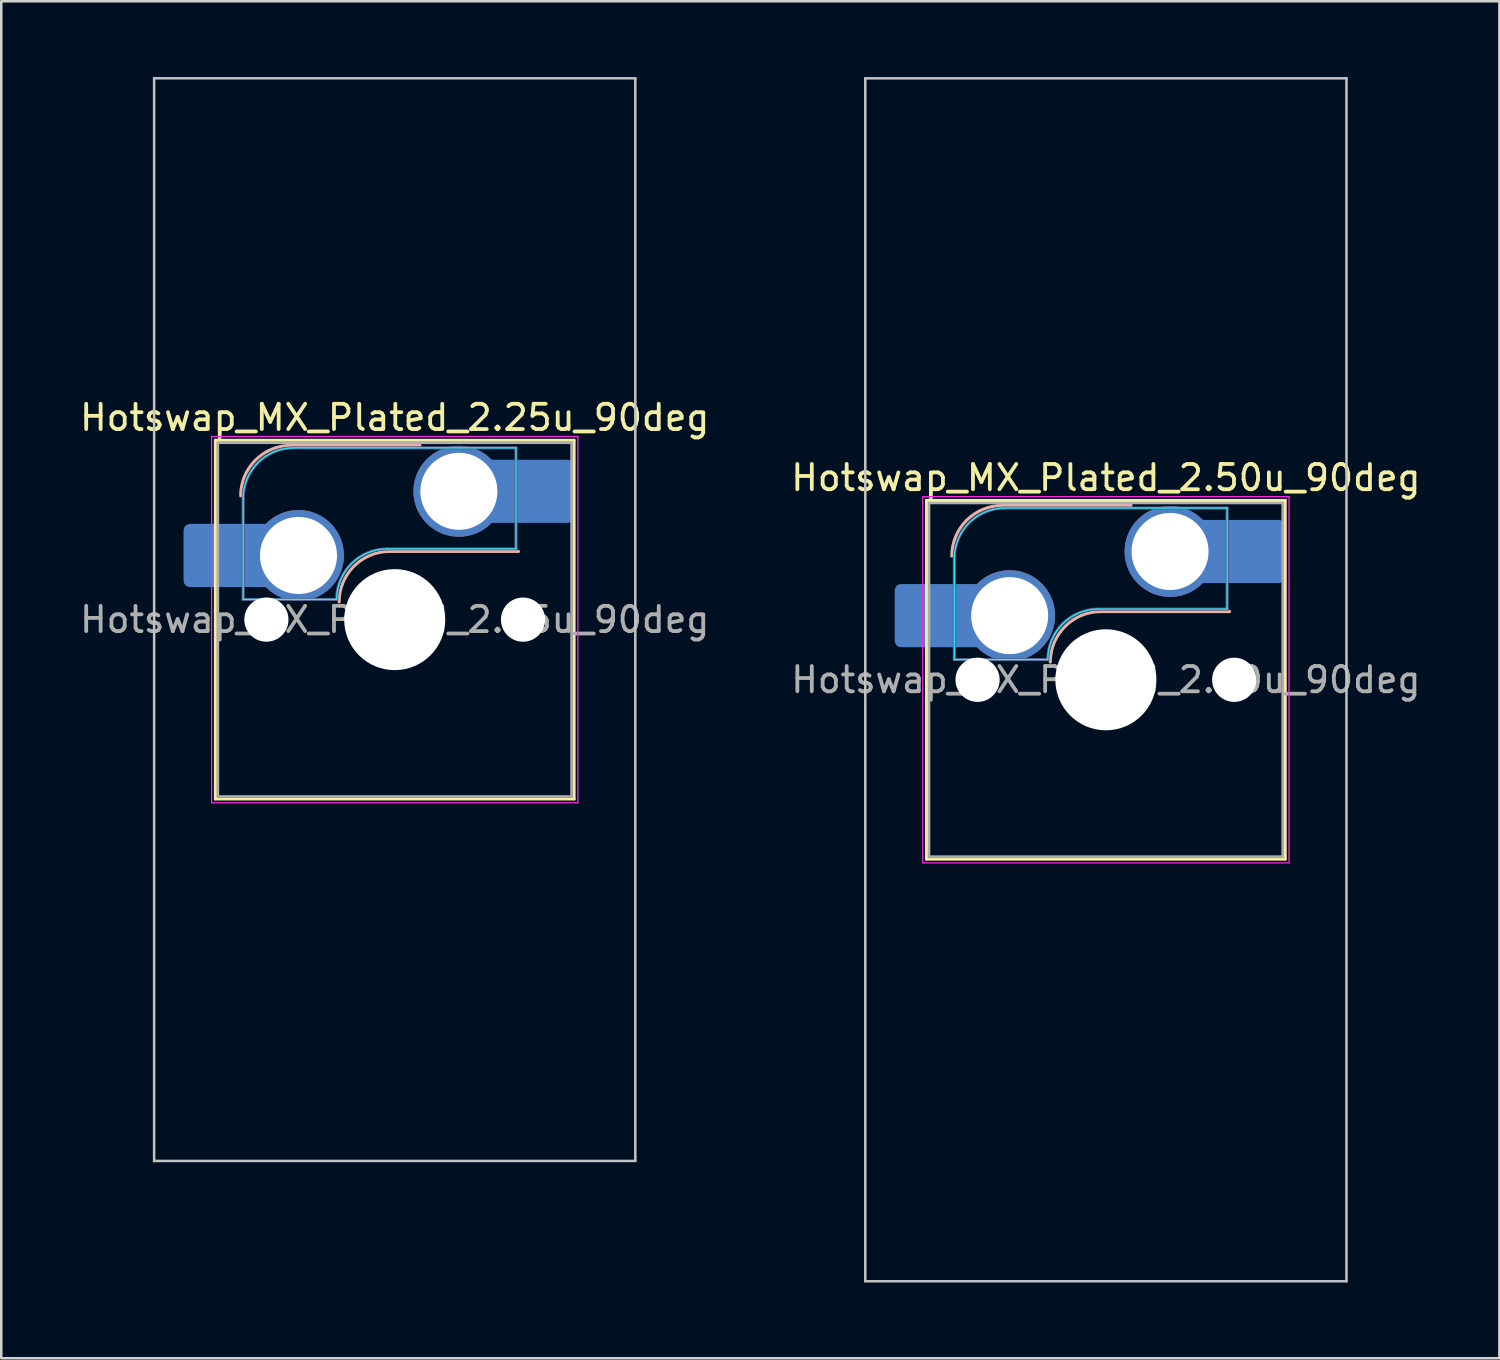
<source format=kicad_pcb>
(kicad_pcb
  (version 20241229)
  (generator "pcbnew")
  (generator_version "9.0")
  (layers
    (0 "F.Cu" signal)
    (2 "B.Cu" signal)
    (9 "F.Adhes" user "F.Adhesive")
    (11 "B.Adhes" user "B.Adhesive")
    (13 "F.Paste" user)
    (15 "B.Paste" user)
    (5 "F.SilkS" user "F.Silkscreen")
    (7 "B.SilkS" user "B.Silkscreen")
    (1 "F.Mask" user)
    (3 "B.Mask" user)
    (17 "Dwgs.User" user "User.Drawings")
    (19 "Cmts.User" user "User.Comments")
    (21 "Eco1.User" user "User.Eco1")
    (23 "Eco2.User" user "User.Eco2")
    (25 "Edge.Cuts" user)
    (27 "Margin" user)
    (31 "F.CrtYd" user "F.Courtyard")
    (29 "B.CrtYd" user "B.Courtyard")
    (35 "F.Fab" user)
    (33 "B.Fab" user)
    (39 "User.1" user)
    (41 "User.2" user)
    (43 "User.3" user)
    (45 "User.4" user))
  (footprint "Hotswap_MX_Plated_2.25u_90deg"
    (layer "F.Cu")
    (at 12.577 21.481)
    (property "Reference" "Hotswap_MX_Plated_2.25u_90deg" (at 0 -8 0) (layer "F.SilkS") (effects (font (size 1 1) (thickness 0.15))))
    (attr smd)
    (fp_line (start -7.1 -7.1) (end -7.1 7.1) (stroke (width 0.12) (type solid)) (layer "F.SilkS"))
    (fp_line (start -7.1 7.1) (end 7.1 7.1) (stroke (width 0.12) (type solid)) (layer "F.SilkS"))
    (fp_line (start 7.1 -7.1) (end -7.1 -7.1) (stroke (width 0.12) (type solid)) (layer "F.SilkS"))
    (fp_line (start 7.1 7.1) (end 7.1 -7.1) (stroke (width 0.12) (type solid)) (layer "F.SilkS"))
    (fp_line (start -4.1 -6.9) (end 1 -6.9) (stroke (width 0.12) (type solid)) (layer "B.SilkS"))
    (fp_line (start -0.2 -2.7) (end 4.9 -2.7) (stroke (width 0.12) (type solid)) (layer "B.SilkS"))
    (fp_arc (start -6.1 -4.9) (mid -5.514214 -6.314214) (end -4.1 -6.9) (stroke (width 0.12) (type solid)) (layer "B.SilkS"))
    (fp_arc (start -2.2 -0.7) (mid -1.614214 -2.114214) (end -0.2 -2.7) (stroke (width 0.12) (type solid)) (layer "B.SilkS"))
    (fp_line (start -9.525 -21.431) (end 9.525 -21.431) (stroke (width 0.1) (type solid)) (layer "Dwgs.User"))
    (fp_line (start -9.525 21.431) (end -9.525 -21.431) (stroke (width 0.1) (type solid)) (layer "Dwgs.User"))
    (fp_line (start 9.525 -21.431) (end 9.525 21.431) (stroke (width 0.1) (type solid)) (layer "Dwgs.User"))
    (fp_line (start 9.525 21.431) (end -9.525 21.431) (stroke (width 0.1) (type solid)) (layer "Dwgs.User"))
    (fp_line (start -7.8 -6) (end -7 -6) (stroke (width 0.1) (type solid)) (layer "Eco1.User"))
    (fp_line (start -7.8 -2.9) (end -7.8 -6) (stroke (width 0.1) (type solid)) (layer "Eco1.User"))
    (fp_line (start -7.8 2.9) (end -7 2.9) (stroke (width 0.1) (type solid)) (layer "Eco1.User"))
    (fp_line (start -7.8 6) (end -7.8 2.9) (stroke (width 0.1) (type solid)) (layer "Eco1.User"))
    (fp_line (start -7 -7) (end 7 -7) (stroke (width 0.1) (type solid)) (layer "Eco1.User"))
    (fp_line (start -7 -6) (end -7 -7) (stroke (width 0.1) (type solid)) (layer "Eco1.User"))
    (fp_line (start -7 -2.9) (end -7.8 -2.9) (stroke (width 0.1) (type solid)) (layer "Eco1.User"))
    (fp_line (start -7 2.9) (end -7 -2.9) (stroke (width 0.1) (type solid)) (layer "Eco1.User"))
    (fp_line (start -7 6) (end -7.8 6) (stroke (width 0.1) (type solid)) (layer "Eco1.User"))
    (fp_line (start -7 7) (end -7 6) (stroke (width 0.1) (type solid)) (layer "Eco1.User"))
    (fp_line (start 7 -7) (end 7 -6) (stroke (width 0.1) (type solid)) (layer "Eco1.User"))
    (fp_line (start 7 -6) (end 7.8 -6) (stroke (width 0.1) (type solid)) (layer "Eco1.User"))
    (fp_line (start 7 -2.9) (end 7 2.9) (stroke (width 0.1) (type solid)) (layer "Eco1.User"))
    (fp_line (start 7 2.9) (end 7.8 2.9) (stroke (width 0.1) (type solid)) (layer "Eco1.User"))
    (fp_line (start 7 6) (end 7 7) (stroke (width 0.1) (type solid)) (layer "Eco1.User"))
    (fp_line (start 7 7) (end -7 7) (stroke (width 0.1) (type solid)) (layer "Eco1.User"))
    (fp_line (start 7.8 -6) (end 7.8 -2.9) (stroke (width 0.1) (type solid)) (layer "Eco1.User"))
    (fp_line (start 7.8 -2.9) (end 7 -2.9) (stroke (width 0.1) (type solid)) (layer "Eco1.User"))
    (fp_line (start 7.8 2.9) (end 7.8 6) (stroke (width 0.1) (type solid)) (layer "Eco1.User"))
    (fp_line (start 7.8 6) (end 7 6) (stroke (width 0.1) (type solid)) (layer "Eco1.User"))
    (fp_line (start -6 -0.8) (end -6 -4.8) (stroke (width 0.05) (type solid)) (layer "B.CrtYd"))
    (fp_line (start -6 -0.8) (end -2.3 -0.8) (stroke (width 0.05) (type solid)) (layer "B.CrtYd"))
    (fp_line (start -4 -6.8) (end 4.8 -6.8) (stroke (width 0.05) (type solid)) (layer "B.CrtYd"))
    (fp_line (start -0.3 -2.8) (end 4.8 -2.8) (stroke (width 0.05) (type solid)) (layer "B.CrtYd"))
    (fp_line (start 4.8 -6.8) (end 4.8 -2.8) (stroke (width 0.05) (type solid)) (layer "B.CrtYd"))
    (fp_arc (start -6 -4.8) (mid -5.414214 -6.214214) (end -4 -6.8) (stroke (width 0.05) (type solid)) (layer "B.CrtYd"))
    (fp_arc (start -2.3 -0.8) (mid -1.714214 -2.214214) (end -0.3 -2.8) (stroke (width 0.05) (type solid)) (layer "B.CrtYd"))
    (fp_line (start -7.25 -7.25) (end -7.25 7.25) (stroke (width 0.05) (type solid)) (layer "F.CrtYd"))
    (fp_line (start -7.25 7.25) (end 7.25 7.25) (stroke (width 0.05) (type solid)) (layer "F.CrtYd"))
    (fp_line (start 7.25 -7.25) (end -7.25 -7.25) (stroke (width 0.05) (type solid)) (layer "F.CrtYd"))
    (fp_line (start 7.25 7.25) (end 7.25 -7.25) (stroke (width 0.05) (type solid)) (layer "F.CrtYd"))
    (fp_line (start -6 -0.8) (end -6 -4.8) (stroke (width 0.12) (type solid)) (layer "B.Fab"))
    (fp_line (start -6 -0.8) (end -2.3 -0.8) (stroke (width 0.12) (type solid)) (layer "B.Fab"))
    (fp_line (start -4 -6.8) (end 4.8 -6.8) (stroke (width 0.12) (type solid)) (layer "B.Fab"))
    (fp_line (start -0.3 -2.8) (end 4.8 -2.8) (stroke (width 0.12) (type solid)) (layer "B.Fab"))
    (fp_line (start 4.8 -6.8) (end 4.8 -2.8) (stroke (width 0.12) (type solid)) (layer "B.Fab"))
    (fp_arc (start -6 -4.8) (mid -5.414214 -6.214214) (end -4 -6.8) (stroke (width 0.12) (type solid)) (layer "B.Fab"))
    (fp_arc (start -2.3 -0.8) (mid -1.714214 -2.214214) (end -0.3 -2.8) (stroke (width 0.12) (type solid)) (layer "B.Fab"))
    (fp_line (start -7 -7) (end -7 7) (stroke (width 0.1) (type solid)) (layer "F.Fab"))
    (fp_line (start -7 7) (end 7 7) (stroke (width 0.1) (type solid)) (layer "F.Fab"))
    (fp_line (start 7 -7) (end -7 -7) (stroke (width 0.1) (type solid)) (layer "F.Fab"))
    (fp_line (start 7 7) (end 7 -7) (stroke (width 0.1) (type solid)) (layer "F.Fab"))
    (fp_text user "${REFERENCE}" (at 0 0 0) (layer "F.Fab") (effects (font (size 1 1) (thickness 0.15))))
    (pad "" smd roundrect (at -7.085 -2.54) (size 2.55 2.5) (layers "B.Mask" "B.Paste") (roundrect_rratio 0.1))
    (pad "" np_thru_hole circle (at -5.08 0) (size 1.75 1.75) (drill 1.75) (layers "*.Cu" "*.Mask"))
    (pad "" np_thru_hole circle (at 0 0) (size 4 4) (drill 4) (layers "*.Cu" "*.Mask"))
    (pad "" np_thru_hole circle (at 5.08 0) (size 1.75 1.75) (drill 1.75) (layers "*.Cu" "*.Mask"))
    (pad "" smd roundrect (at 5.842 -5.08) (size 2.55 2.5) (layers "B.Mask" "B.Paste") (roundrect_rratio 0.1))
    (pad "1" smd roundrect (at -6.585 -2.54) (size 3.55 2.5) (layers "B.Cu") (roundrect_rratio 0.1))
    (pad "1" thru_hole circle (at -3.81 -2.54) (size 3.6 3.6) (drill 3.05) (layers "*.Cu" "*.Mask"))
    (pad "2" thru_hole circle (at 2.54 -5.08) (size 3.6 3.6) (drill 3.05) (layers "*.Cu" "*.Mask"))
    (pad "2" smd roundrect (at 5.32 -5.08) (size 3.55 2.5) (layers "B.Cu") (roundrect_rratio 0.1)))
  (footprint "Hotswap_MX_Plated_2.50u_90deg"
    (layer "F.Cu")
    (at 40.732 23.863)
    (property "Reference" "Hotswap_MX_Plated_2.50u_90deg" (at 0 -8 0) (layer "F.SilkS") (effects (font (size 1 1) (thickness 0.15))))
    (attr smd)
    (fp_line (start -7.1 -7.1) (end -7.1 7.1) (stroke (width 0.12) (type solid)) (layer "F.SilkS"))
    (fp_line (start -7.1 7.1) (end 7.1 7.1) (stroke (width 0.12) (type solid)) (layer "F.SilkS"))
    (fp_line (start 7.1 -7.1) (end -7.1 -7.1) (stroke (width 0.12) (type solid)) (layer "F.SilkS"))
    (fp_line (start 7.1 7.1) (end 7.1 -7.1) (stroke (width 0.12) (type solid)) (layer "F.SilkS"))
    (fp_line (start -4.1 -6.9) (end 1 -6.9) (stroke (width 0.12) (type solid)) (layer "B.SilkS"))
    (fp_line (start -0.2 -2.7) (end 4.9 -2.7) (stroke (width 0.12) (type solid)) (layer "B.SilkS"))
    (fp_arc (start -6.1 -4.9) (mid -5.514214 -6.314214) (end -4.1 -6.9) (stroke (width 0.12) (type solid)) (layer "B.SilkS"))
    (fp_arc (start -2.2 -0.7) (mid -1.614214 -2.114214) (end -0.2 -2.7) (stroke (width 0.12) (type solid)) (layer "B.SilkS"))
    (fp_line (start -9.525 -23.812) (end 9.525 -23.812) (stroke (width 0.1) (type solid)) (layer "Dwgs.User"))
    (fp_line (start -9.525 23.812) (end -9.525 -23.812) (stroke (width 0.1) (type solid)) (layer "Dwgs.User"))
    (fp_line (start 9.525 -23.812) (end 9.525 23.812) (stroke (width 0.1) (type solid)) (layer "Dwgs.User"))
    (fp_line (start 9.525 23.812) (end -9.525 23.812) (stroke (width 0.1) (type solid)) (layer "Dwgs.User"))
    (fp_line (start -7.8 -6) (end -7 -6) (stroke (width 0.1) (type solid)) (layer "Eco1.User"))
    (fp_line (start -7.8 -2.9) (end -7.8 -6) (stroke (width 0.1) (type solid)) (layer "Eco1.User"))
    (fp_line (start -7.8 2.9) (end -7 2.9) (stroke (width 0.1) (type solid)) (layer "Eco1.User"))
    (fp_line (start -7.8 6) (end -7.8 2.9) (stroke (width 0.1) (type solid)) (layer "Eco1.User"))
    (fp_line (start -7 -7) (end 7 -7) (stroke (width 0.1) (type solid)) (layer "Eco1.User"))
    (fp_line (start -7 -6) (end -7 -7) (stroke (width 0.1) (type solid)) (layer "Eco1.User"))
    (fp_line (start -7 -2.9) (end -7.8 -2.9) (stroke (width 0.1) (type solid)) (layer "Eco1.User"))
    (fp_line (start -7 2.9) (end -7 -2.9) (stroke (width 0.1) (type solid)) (layer "Eco1.User"))
    (fp_line (start -7 6) (end -7.8 6) (stroke (width 0.1) (type solid)) (layer "Eco1.User"))
    (fp_line (start -7 7) (end -7 6) (stroke (width 0.1) (type solid)) (layer "Eco1.User"))
    (fp_line (start 7 -7) (end 7 -6) (stroke (width 0.1) (type solid)) (layer "Eco1.User"))
    (fp_line (start 7 -6) (end 7.8 -6) (stroke (width 0.1) (type solid)) (layer "Eco1.User"))
    (fp_line (start 7 -2.9) (end 7 2.9) (stroke (width 0.1) (type solid)) (layer "Eco1.User"))
    (fp_line (start 7 2.9) (end 7.8 2.9) (stroke (width 0.1) (type solid)) (layer "Eco1.User"))
    (fp_line (start 7 6) (end 7 7) (stroke (width 0.1) (type solid)) (layer "Eco1.User"))
    (fp_line (start 7 7) (end -7 7) (stroke (width 0.1) (type solid)) (layer "Eco1.User"))
    (fp_line (start 7.8 -6) (end 7.8 -2.9) (stroke (width 0.1) (type solid)) (layer "Eco1.User"))
    (fp_line (start 7.8 -2.9) (end 7 -2.9) (stroke (width 0.1) (type solid)) (layer "Eco1.User"))
    (fp_line (start 7.8 2.9) (end 7.8 6) (stroke (width 0.1) (type solid)) (layer "Eco1.User"))
    (fp_line (start 7.8 6) (end 7 6) (stroke (width 0.1) (type solid)) (layer "Eco1.User"))
    (fp_line (start -6 -0.8) (end -6 -4.8) (stroke (width 0.05) (type solid)) (layer "B.CrtYd"))
    (fp_line (start -6 -0.8) (end -2.3 -0.8) (stroke (width 0.05) (type solid)) (layer "B.CrtYd"))
    (fp_line (start -4 -6.8) (end 4.8 -6.8) (stroke (width 0.05) (type solid)) (layer "B.CrtYd"))
    (fp_line (start -0.3 -2.8) (end 4.8 -2.8) (stroke (width 0.05) (type solid)) (layer "B.CrtYd"))
    (fp_line (start 4.8 -6.8) (end 4.8 -2.8) (stroke (width 0.05) (type solid)) (layer "B.CrtYd"))
    (fp_arc (start -6 -4.8) (mid -5.414214 -6.214214) (end -4 -6.8) (stroke (width 0.05) (type solid)) (layer "B.CrtYd"))
    (fp_arc (start -2.3 -0.8) (mid -1.714214 -2.214214) (end -0.3 -2.8) (stroke (width 0.05) (type solid)) (layer "B.CrtYd"))
    (fp_line (start -7.25 -7.25) (end -7.25 7.25) (stroke (width 0.05) (type solid)) (layer "F.CrtYd"))
    (fp_line (start -7.25 7.25) (end 7.25 7.25) (stroke (width 0.05) (type solid)) (layer "F.CrtYd"))
    (fp_line (start 7.25 -7.25) (end -7.25 -7.25) (stroke (width 0.05) (type solid)) (layer "F.CrtYd"))
    (fp_line (start 7.25 7.25) (end 7.25 -7.25) (stroke (width 0.05) (type solid)) (layer "F.CrtYd"))
    (fp_line (start -6 -0.8) (end -6 -4.8) (stroke (width 0.12) (type solid)) (layer "B.Fab"))
    (fp_line (start -6 -0.8) (end -2.3 -0.8) (stroke (width 0.12) (type solid)) (layer "B.Fab"))
    (fp_line (start -4 -6.8) (end 4.8 -6.8) (stroke (width 0.12) (type solid)) (layer "B.Fab"))
    (fp_line (start -0.3 -2.8) (end 4.8 -2.8) (stroke (width 0.12) (type solid)) (layer "B.Fab"))
    (fp_line (start 4.8 -6.8) (end 4.8 -2.8) (stroke (width 0.12) (type solid)) (layer "B.Fab"))
    (fp_arc (start -6 -4.8) (mid -5.414214 -6.214214) (end -4 -6.8) (stroke (width 0.12) (type solid)) (layer "B.Fab"))
    (fp_arc (start -2.3 -0.8) (mid -1.714214 -2.214214) (end -0.3 -2.8) (stroke (width 0.12) (type solid)) (layer "B.Fab"))
    (fp_line (start -7 -7) (end -7 7) (stroke (width 0.1) (type solid)) (layer "F.Fab"))
    (fp_line (start -7 7) (end 7 7) (stroke (width 0.1) (type solid)) (layer "F.Fab"))
    (fp_line (start 7 -7) (end -7 -7) (stroke (width 0.1) (type solid)) (layer "F.Fab"))
    (fp_line (start 7 7) (end 7 -7) (stroke (width 0.1) (type solid)) (layer "F.Fab"))
    (fp_text user "${REFERENCE}" (at 0 0 0) (layer "F.Fab") (effects (font (size 1 1) (thickness 0.15))))
    (pad "" smd roundrect (at -7.085 -2.54) (size 2.55 2.5) (layers "B.Mask" "B.Paste") (roundrect_rratio 0.1))
    (pad "" np_thru_hole circle (at -5.08 0) (size 1.75 1.75) (drill 1.75) (layers "*.Cu" "*.Mask"))
    (pad "" np_thru_hole circle (at 0 0) (size 4 4) (drill 4) (layers "*.Cu" "*.Mask"))
    (pad "" np_thru_hole circle (at 5.08 0) (size 1.75 1.75) (drill 1.75) (layers "*.Cu" "*.Mask"))
    (pad "" smd roundrect (at 5.842 -5.08) (size 2.55 2.5) (layers "B.Mask" "B.Paste") (roundrect_rratio 0.1))
    (pad "1" smd roundrect (at -6.585 -2.54) (size 3.55 2.5) (layers "B.Cu") (roundrect_rratio 0.1))
    (pad "1" thru_hole circle (at -3.81 -2.54) (size 3.6 3.6) (drill 3.05) (layers "*.Cu" "*.Mask"))
    (pad "2" thru_hole circle (at 2.54 -5.08) (size 3.6 3.6) (drill 3.05) (layers "*.Cu" "*.Mask"))
    (pad "2" smd roundrect (at 5.32 -5.08) (size 3.55 2.5) (layers "B.Cu") (roundrect_rratio 0.1)))
  (gr_rect
    (start -3 -3)
    (end 56.31 50.725)
    (stroke (width 0.1) (type default))
    (fill no)
    (layer "Edge.Cuts")))
</source>
